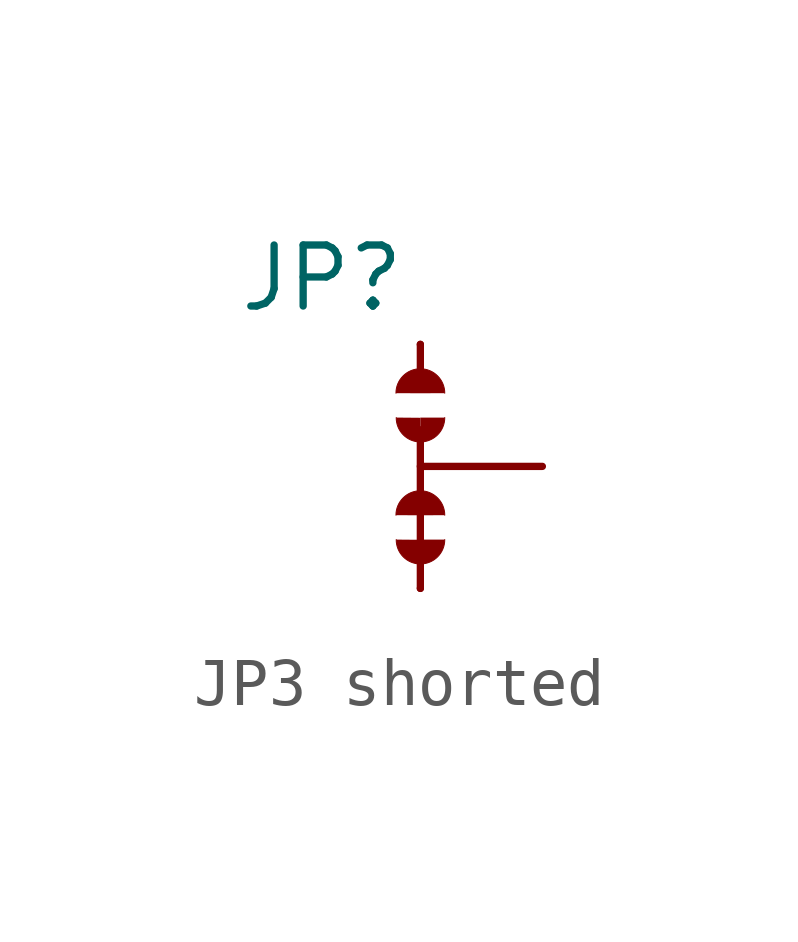
<source format=kicad_sym>
(kicad_symbol_lib
  (version 20220914)
  (generator kicad_symbol_editor)
  (symbol "JP3 shorted"
    (property "Reference" "JP"
      (at -3.81 3.175 0)
      (effects (font (size 1.27 1.27)) (justify left bottom)))
    (symbol "JP3 shorted_1_0"
      (arc (start -0.508 -1.524) (mid -0.3592 -1.8832) (end 0 -2.032) (stroke (width 0.0001) (type solid)) (fill (type outline)))
      (arc (start -0.508 1.016) (mid -0.3592 0.6568) (end 0 0.508) (stroke (width 0.0001) (type solid)) (fill (type outline)))
      (arc (start 0 -2.032) (mid 0.3592 -1.8832) (end 0.508 -1.524) (stroke (width 0.0001) (type solid)) (fill (type outline)))
      (polyline (pts (xy 0 -2.54) (xy 0 -1.778)) (stroke (width 0.152) (type solid)) (fill (type none)))
      (polyline (pts (xy 0 -1.778) (xy 0 0.762)) (stroke (width 0.152) (type solid)) (fill (type none)))
      (polyline (pts (xy 0 2.54) (xy 0 1.778)) (stroke (width 0.152) (type solid)) (fill (type none)))
      (arc (start 0 0.508) (mid 0.3592 0.6568) (end 0.508 1.016) (stroke (width 0.0001) (type solid)) (fill (type outline)))
      (arc (start 0.508 -1.016) (mid 0 -0.5102) (end -0.508 -1.016) (stroke (width 0.0001) (type solid)) (fill (type outline)))
      (arc (start 0.508 1.524) (mid 0 2.0298) (end -0.508 1.524) (stroke (width 0.0001) (type solid)) (fill (type outline)))
      (pin passive line (at 2.54 0 180) (length 2.54) (name "COM" (effects (font (size 0 0)))) (number "COM" (effects (font (size 0 0)))))
      (pin passive line (at 0 -2.54 180) (length 0) (name "NC" (effects (font (size 0 0)))) (number "NC" (effects (font (size 0 0)))))
      (pin passive line (at 0 2.54 180) (length 0) (name "NO" (effects (font (size 0 0)))) (number "NO" (effects (font (size 0 0))))))))
</source>
